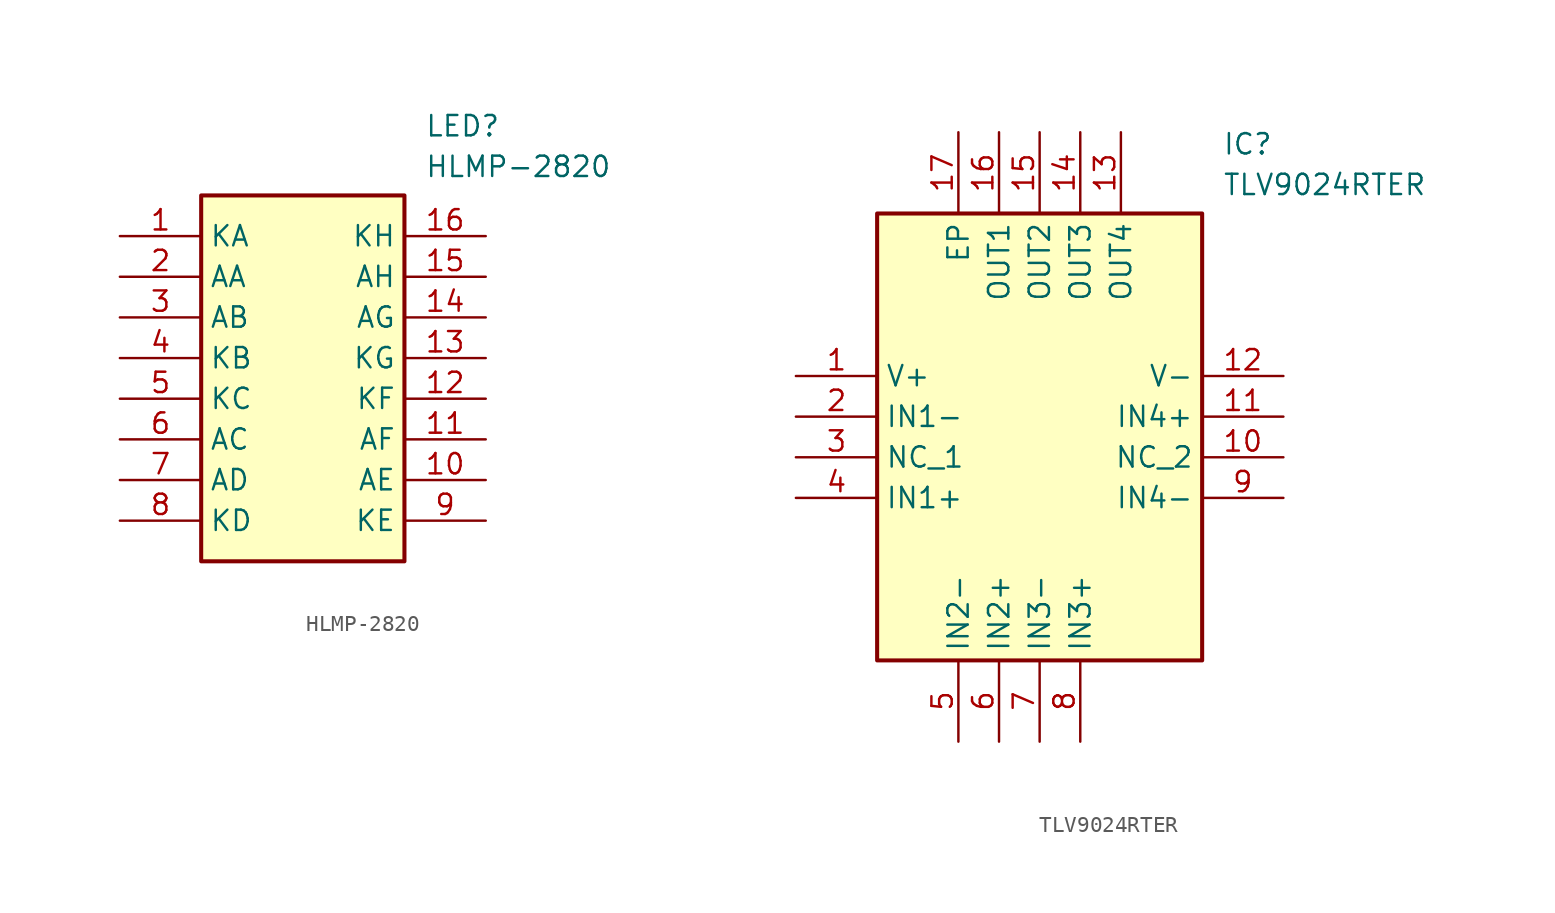
<source format=kicad_sym>
(kicad_symbol_lib
  (version 20220914)
  (generator kicad_symbol_editor)
  (symbol "HLMP-2820"
    (property "Reference" "LED"
      (at 19.05 7.62 0)
      (effects (font (size 1.27 1.27)) (justify left top)))
    (property "Value" "HLMP-2820"
      (at 19.05 5.08 0)
      (effects (font (size 1.27 1.27)) (justify left top)))
    (symbol "HLMP-2820_1_1"
      (rectangle (start 5.08 2.54) (end 17.78 -20.32) (stroke (width 0.254) (type default)) (fill (type background)))
      (pin passive line (at 0 0 0) (length 5.08) (name "KA" (effects (font (size 1.27 1.27)))) (number "1" (effects (font (size 1.27 1.27)))))
      (pin passive line (at 22.86 -15.24 180) (length 5.08) (name "AE" (effects (font (size 1.27 1.27)))) (number "10" (effects (font (size 1.27 1.27)))))
      (pin passive line (at 22.86 -12.7 180) (length 5.08) (name "AF" (effects (font (size 1.27 1.27)))) (number "11" (effects (font (size 1.27 1.27)))))
      (pin passive line (at 22.86 -10.16 180) (length 5.08) (name "KF" (effects (font (size 1.27 1.27)))) (number "12" (effects (font (size 1.27 1.27)))))
      (pin passive line (at 22.86 -7.62 180) (length 5.08) (name "KG" (effects (font (size 1.27 1.27)))) (number "13" (effects (font (size 1.27 1.27)))))
      (pin passive line (at 22.86 -5.08 180) (length 5.08) (name "AG" (effects (font (size 1.27 1.27)))) (number "14" (effects (font (size 1.27 1.27)))))
      (pin passive line (at 22.86 -2.54 180) (length 5.08) (name "AH" (effects (font (size 1.27 1.27)))) (number "15" (effects (font (size 1.27 1.27)))))
      (pin passive line (at 22.86 0 180) (length 5.08) (name "KH" (effects (font (size 1.27 1.27)))) (number "16" (effects (font (size 1.27 1.27)))))
      (pin passive line (at 0 -2.54 0) (length 5.08) (name "AA" (effects (font (size 1.27 1.27)))) (number "2" (effects (font (size 1.27 1.27)))))
      (pin passive line (at 0 -5.08 0) (length 5.08) (name "AB" (effects (font (size 1.27 1.27)))) (number "3" (effects (font (size 1.27 1.27)))))
      (pin passive line (at 0 -7.62 0) (length 5.08) (name "KB" (effects (font (size 1.27 1.27)))) (number "4" (effects (font (size 1.27 1.27)))))
      (pin passive line (at 0 -10.16 0) (length 5.08) (name "KC" (effects (font (size 1.27 1.27)))) (number "5" (effects (font (size 1.27 1.27)))))
      (pin passive line (at 0 -12.7 0) (length 5.08) (name "AC" (effects (font (size 1.27 1.27)))) (number "6" (effects (font (size 1.27 1.27)))))
      (pin passive line (at 0 -15.24 0) (length 5.08) (name "AD" (effects (font (size 1.27 1.27)))) (number "7" (effects (font (size 1.27 1.27)))))
      (pin passive line (at 0 -17.78 0) (length 5.08) (name "KD" (effects (font (size 1.27 1.27)))) (number "8" (effects (font (size 1.27 1.27)))))
      (pin passive line (at 22.86 -17.78 180) (length 5.08) (name "KE" (effects (font (size 1.27 1.27)))) (number "9" (effects (font (size 1.27 1.27)))))))
  (symbol "TLV9024RTER"
    (property "Reference" "IC"
      (at 26.67 15.24 0)
      (effects (font (size 1.27 1.27)) (justify left top)))
    (property "Value" "TLV9024RTER"
      (at 26.67 12.7 0)
      (effects (font (size 1.27 1.27)) (justify left top)))
    (symbol "TLV9024RTER_1_1"
      (rectangle (start 5.08 10.16) (end 25.4 -17.78) (stroke (width 0.254) (type default)) (fill (type background)))
      (pin passive line (at 0 0 0) (length 5.08) (name "V+" (effects (font (size 1.27 1.27)))) (number "1" (effects (font (size 1.27 1.27)))))
      (pin passive line (at 30.48 -5.08 180) (length 5.08) (name "NC_2" (effects (font (size 1.27 1.27)))) (number "10" (effects (font (size 1.27 1.27)))))
      (pin passive line (at 30.48 -2.54 180) (length 5.08) (name "IN4+" (effects (font (size 1.27 1.27)))) (number "11" (effects (font (size 1.27 1.27)))))
      (pin passive line (at 30.48 0 180) (length 5.08) (name "V-" (effects (font (size 1.27 1.27)))) (number "12" (effects (font (size 1.27 1.27)))))
      (pin passive line (at 20.32 15.24 270) (length 5.08) (name "OUT4" (effects (font (size 1.27 1.27)))) (number "13" (effects (font (size 1.27 1.27)))))
      (pin passive line (at 17.78 15.24 270) (length 5.08) (name "OUT3" (effects (font (size 1.27 1.27)))) (number "14" (effects (font (size 1.27 1.27)))))
      (pin passive line (at 15.24 15.24 270) (length 5.08) (name "OUT2" (effects (font (size 1.27 1.27)))) (number "15" (effects (font (size 1.27 1.27)))))
      (pin passive line (at 12.7 15.24 270) (length 5.08) (name "OUT1" (effects (font (size 1.27 1.27)))) (number "16" (effects (font (size 1.27 1.27)))))
      (pin passive line (at 10.16 15.24 270) (length 5.08) (name "EP" (effects (font (size 1.27 1.27)))) (number "17" (effects (font (size 1.27 1.27)))))
      (pin passive line (at 0 -2.54 0) (length 5.08) (name "IN1-" (effects (font (size 1.27 1.27)))) (number "2" (effects (font (size 1.27 1.27)))))
      (pin passive line (at 0 -5.08 0) (length 5.08) (name "NC_1" (effects (font (size 1.27 1.27)))) (number "3" (effects (font (size 1.27 1.27)))))
      (pin passive line (at 0 -7.62 0) (length 5.08) (name "IN1+" (effects (font (size 1.27 1.27)))) (number "4" (effects (font (size 1.27 1.27)))))
      (pin passive line (at 10.16 -22.86 90) (length 5.08) (name "IN2-" (effects (font (size 1.27 1.27)))) (number "5" (effects (font (size 1.27 1.27)))))
      (pin passive line (at 12.7 -22.86 90) (length 5.08) (name "IN2+" (effects (font (size 1.27 1.27)))) (number "6" (effects (font (size 1.27 1.27)))))
      (pin passive line (at 15.24 -22.86 90) (length 5.08) (name "IN3-" (effects (font (size 1.27 1.27)))) (number "7" (effects (font (size 1.27 1.27)))))
      (pin passive line (at 17.78 -22.86 90) (length 5.08) (name "IN3+" (effects (font (size 1.27 1.27)))) (number "8" (effects (font (size 1.27 1.27)))))
      (pin passive line (at 30.48 -7.62 180) (length 5.08) (name "IN4-" (effects (font (size 1.27 1.27)))) (number "9" (effects (font (size 1.27 1.27))))))))
</source>
